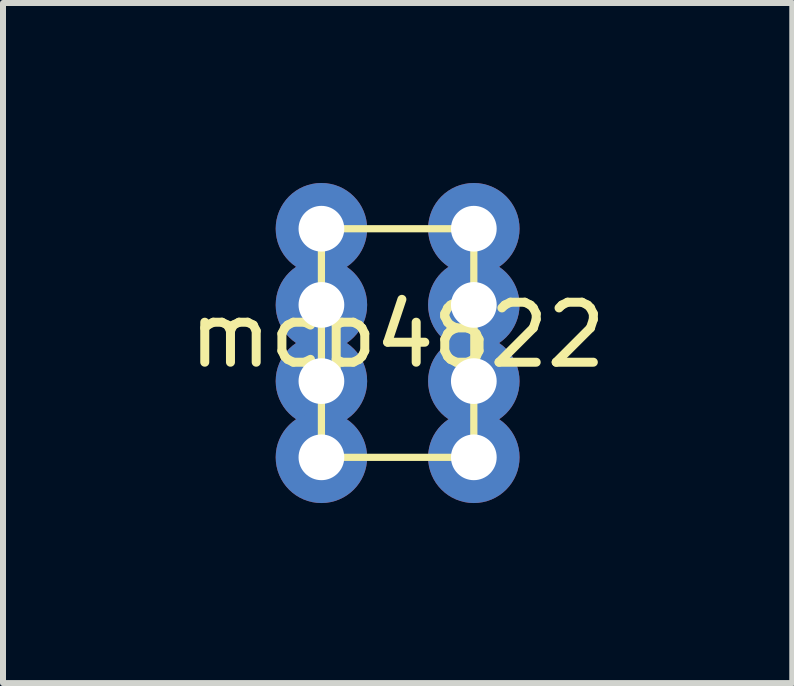
<source format=kicad_pcb>
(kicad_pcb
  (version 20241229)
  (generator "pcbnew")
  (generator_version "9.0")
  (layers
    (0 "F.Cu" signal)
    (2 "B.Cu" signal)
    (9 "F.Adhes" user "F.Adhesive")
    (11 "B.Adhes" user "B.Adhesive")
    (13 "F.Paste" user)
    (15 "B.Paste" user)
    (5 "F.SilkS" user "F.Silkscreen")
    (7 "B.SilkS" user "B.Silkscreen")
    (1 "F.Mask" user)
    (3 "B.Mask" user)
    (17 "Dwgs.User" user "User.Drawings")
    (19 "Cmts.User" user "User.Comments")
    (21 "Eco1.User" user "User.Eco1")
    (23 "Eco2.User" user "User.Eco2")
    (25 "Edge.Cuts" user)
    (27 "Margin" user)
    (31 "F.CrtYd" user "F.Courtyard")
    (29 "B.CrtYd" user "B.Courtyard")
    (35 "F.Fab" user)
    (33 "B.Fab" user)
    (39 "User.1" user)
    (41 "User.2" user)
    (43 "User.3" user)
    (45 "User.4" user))
  (footprint "mcp4822"
    (layer "F.Cu")
    (at 3.577 2.032)
    (property "Reference" "mcp4822" (at 0 0.5 0) (layer "F.SilkS") (effects (font (size 1 1) (thickness 0.15))))
    (attr through_hole)
    (fp_line (start -1.27 -1.27) (end -1.27 2.54) (stroke (width 0.12) (type solid)) (layer "F.SilkS"))
    (fp_line (start -1.27 2.54) (end 1.27 2.54) (stroke (width 0.12) (type solid)) (layer "F.SilkS"))
    (fp_line (start 1.27 -1.27) (end -1.27 -1.27) (stroke (width 0.12) (type solid)) (layer "F.SilkS"))
    (fp_line (start 1.27 2.54) (end 1.27 -1.27) (stroke (width 0.12) (type solid)) (layer "F.SilkS"))
    (pad "1" thru_hole circle (at -1.27 -1.27) (size 1.524 1.524) (drill 0.762) (layers "*.Cu" "*.Mask"))
    (pad "2" thru_hole circle (at -1.27 0) (size 1.524 1.524) (drill 0.762) (layers "*.Cu" "*.Mask"))
    (pad "3" thru_hole circle (at -1.27 1.27) (size 1.524 1.524) (drill 0.762) (layers "*.Cu" "*.Mask"))
    (pad "4" thru_hole circle (at -1.27 2.54) (size 1.524 1.524) (drill 0.762) (layers "*.Cu" "*.Mask"))
    (pad "5" thru_hole circle (at 1.27 2.54) (size 1.524 1.524) (drill 0.762) (layers "*.Cu" "*.Mask"))
    (pad "6" thru_hole circle (at 1.27 1.27) (size 1.524 1.524) (drill 0.762) (layers "*.Cu" "*.Mask"))
    (pad "7" thru_hole circle (at 1.27 0) (size 1.524 1.524) (drill 0.762) (layers "*.Cu" "*.Mask"))
    (pad "8" thru_hole circle (at 1.27 -1.27) (size 1.524 1.524) (drill 0.762) (layers "*.Cu" "*.Mask")))
  (gr_rect
    (start -3 -3)
    (end 10.155 8.334)
    (stroke (width 0.1) (type default))
    (fill no)
    (layer "Edge.Cuts")))
</source>
